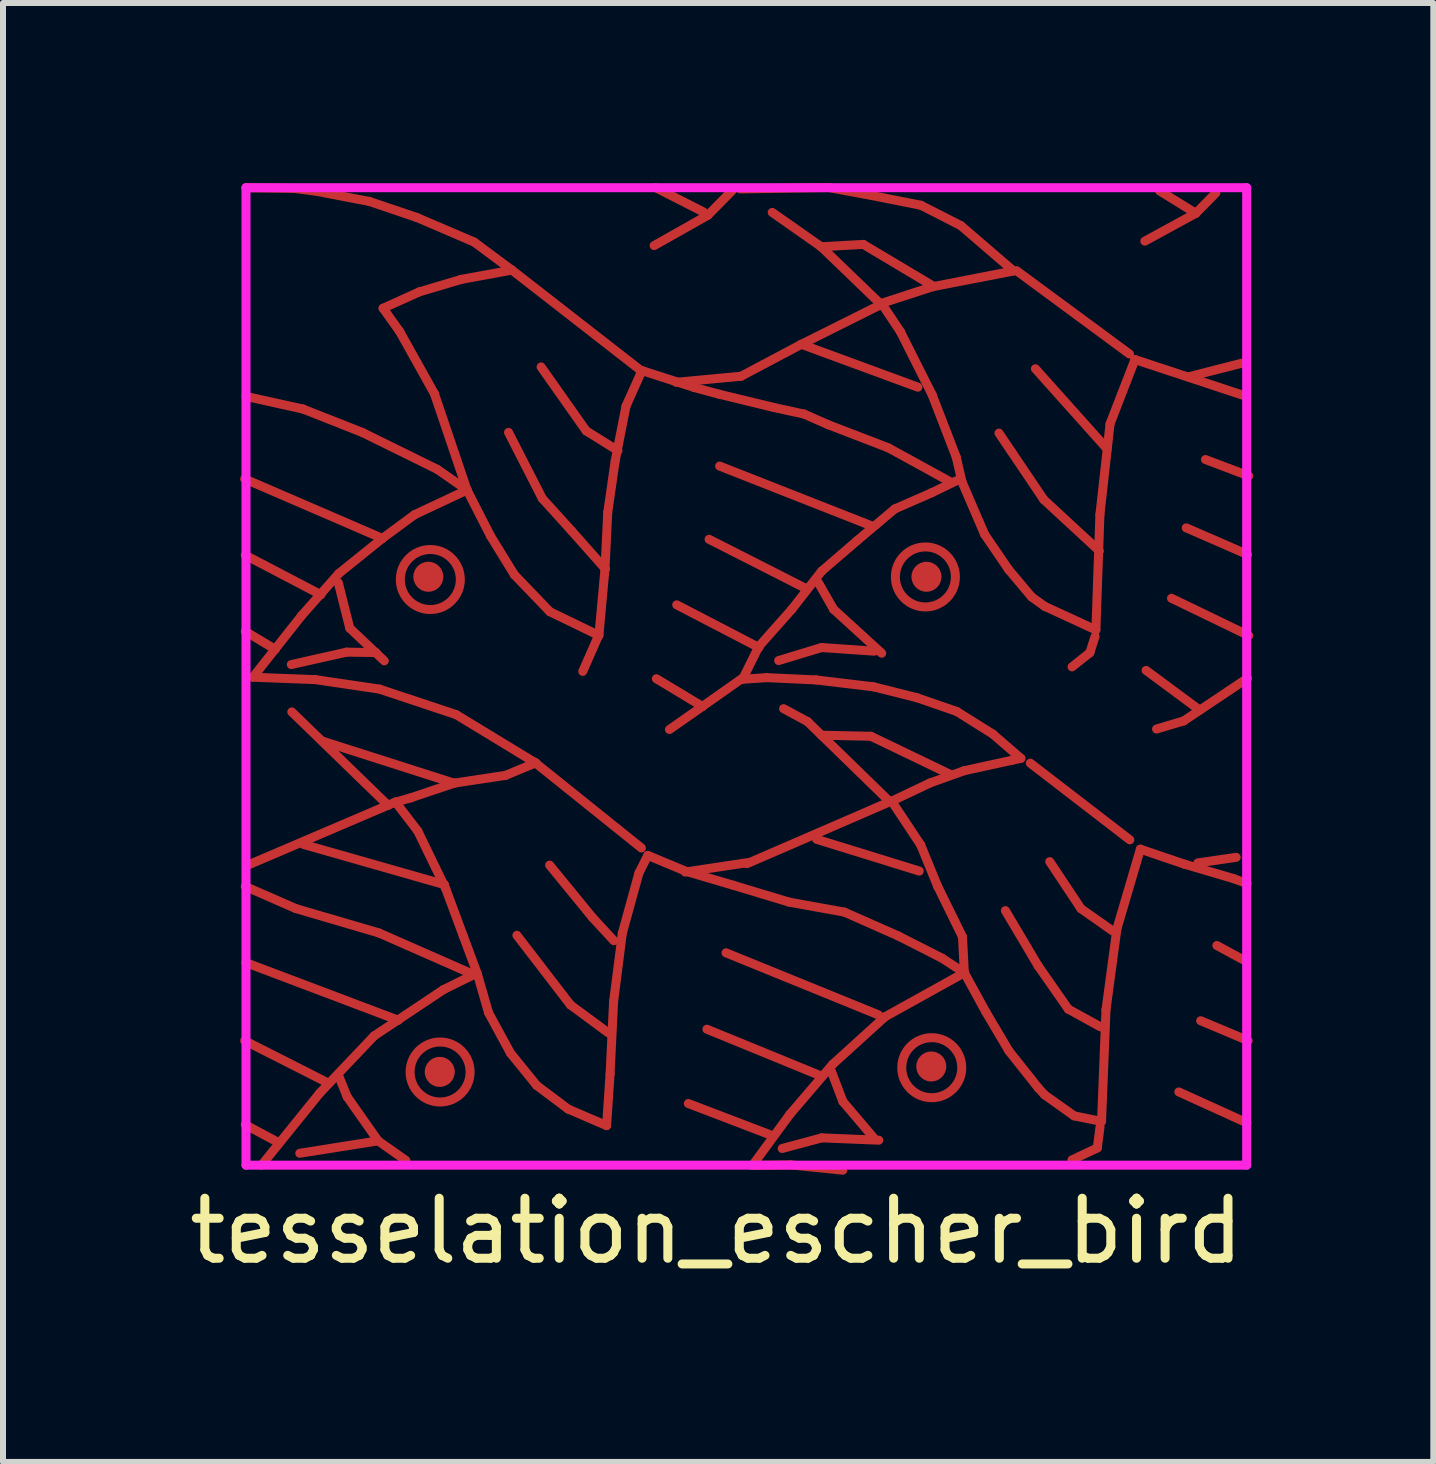
<source format=kicad_pcb>
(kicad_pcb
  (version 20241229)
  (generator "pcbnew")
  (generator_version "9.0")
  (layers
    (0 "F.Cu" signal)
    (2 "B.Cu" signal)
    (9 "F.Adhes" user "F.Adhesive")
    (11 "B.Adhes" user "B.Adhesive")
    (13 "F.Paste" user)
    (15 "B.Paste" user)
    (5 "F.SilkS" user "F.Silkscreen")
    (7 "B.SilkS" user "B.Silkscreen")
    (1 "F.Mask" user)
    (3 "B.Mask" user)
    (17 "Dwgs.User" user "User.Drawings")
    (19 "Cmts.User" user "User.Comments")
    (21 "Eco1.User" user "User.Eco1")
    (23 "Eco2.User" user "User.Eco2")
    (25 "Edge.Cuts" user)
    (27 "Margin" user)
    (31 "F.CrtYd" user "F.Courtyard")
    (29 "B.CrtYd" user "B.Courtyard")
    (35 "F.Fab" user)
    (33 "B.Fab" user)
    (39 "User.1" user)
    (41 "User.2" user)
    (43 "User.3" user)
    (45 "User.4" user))
  (footprint "tesselation_escher_bird"
    (layer "F.Cu")
    (at 8.887 8.06)
    (property "Reference" "tesselation_escher_bird" (at 0 9.4 0) (layer "F.SilkS") (effects (font (size 1 1) (thickness 0.15))))
    (attr through_hole)
    (fp_line (start -7.86 -3.13) (end -5.566 -2.139) (stroke (width 0.15) (type solid)) (layer "F.Cu"))
    (fp_line (start -7.85 -1.86) (end -6.59 -1.2) (stroke (width 0.15) (type solid)) (layer "F.Cu"))
    (fp_line (start -7.85 -0.59) (end -7.35 -0.29) (stroke (width 0.15) (type solid)) (layer "F.Cu"))
    (fp_line (start -7.838 -4.505) (end -6.89 -4.295) (stroke (width 0.15) (type solid)) (layer "F.Cu"))
    (fp_line (start -7.723 0.174) (end -6.683 0.214) (stroke (width 0.15) (type solid)) (layer "F.Cu"))
    (fp_line (start -7.579 8.304) (end -6.61 7.104) (stroke (width 0.15) (type solid)) (layer "F.Cu"))
    (fp_line (start -7.328 7.911) (end -7.85 7.63) (stroke (width 0.15) (type solid)) (layer "F.Cu"))
    (fp_line (start -7.083 -0.037) (end -6.163 -0.244) (stroke (width 0.15) (type solid)) (layer "F.Cu"))
    (fp_line (start -7.075 0.752) (end -5.47 2.31) (stroke (width 0.15) (type solid)) (layer "F.Cu"))
    (fp_line (start -7.04 -7.971) (end -7.838 -7.982) (stroke (width 0.15) (type solid)) (layer "F.Cu"))
    (fp_line (start -7.01 4.028) (end -7.85 3.66) (stroke (width 0.15) (type solid)) (layer "F.Cu"))
    (fp_line (start -6.942 8.106) (end -5.637 7.899) (stroke (width 0.15) (type solid)) (layer "F.Cu"))
    (fp_line (start -6.912 -0.852) (end -7.723 0.174) (stroke (width 0.15) (type solid)) (layer "F.Cu"))
    (fp_line (start -6.89 -4.295) (end -5.899 -3.904) (stroke (width 0.15) (type solid)) (layer "F.Cu"))
    (fp_line (start -6.88 2.96) (end -4.53 3.63) (stroke (width 0.15) (type solid)) (layer "F.Cu"))
    (fp_line (start -6.683 0.214) (end -5.613 0.372) (stroke (width 0.15) (type solid)) (layer "F.Cu"))
    (fp_line (start -6.653 -7.921) (end -7.04 -7.971) (stroke (width 0.15) (type solid)) (layer "F.Cu"))
    (fp_line (start -6.61 7.104) (end -5.703 6.15) (stroke (width 0.15) (type solid)) (layer "F.Cu"))
    (fp_line (start -6.56 1.24) (end -4.37 1.94) (stroke (width 0.15) (type solid)) (layer "F.Cu"))
    (fp_line (start -6.46 6.94) (end -7.86 6.23) (stroke (width 0.15) (type solid)) (layer "F.Cu"))
    (fp_line (start -6.3 -1.4) (end -6.109 -0.643) (stroke (width 0.15) (type solid)) (layer "F.Cu"))
    (fp_line (start -6.292 -1.554) (end -6.912 -0.852) (stroke (width 0.15) (type solid)) (layer "F.Cu"))
    (fp_line (start -6.163 -0.244) (end -5.672 -0.237) (stroke (width 0.15) (type solid)) (layer "F.Cu"))
    (fp_line (start -6.153 7.164) (end -6.3 6.8) (stroke (width 0.15) (type solid)) (layer "F.Cu"))
    (fp_line (start -6.109 -0.643) (end -5.534 -0.099) (stroke (width 0.15) (type solid)) (layer "F.Cu"))
    (fp_line (start -5.899 -3.904) (end -4.652 -3.29) (stroke (width 0.15) (type solid)) (layer "F.Cu"))
    (fp_line (start -5.781 -7.753) (end -6.653 -7.921) (stroke (width 0.15) (type solid)) (layer "F.Cu"))
    (fp_line (start -5.703 6.15) (end -4.547 5.379) (stroke (width 0.15) (type solid)) (layer "F.Cu"))
    (fp_line (start -5.637 7.899) (end -6.153 7.164) (stroke (width 0.15) (type solid)) (layer "F.Cu"))
    (fp_line (start -5.623 4.435) (end -7.01 4.028) (stroke (width 0.15) (type solid)) (layer "F.Cu"))
    (fp_line (start -5.613 0.372) (end -4.335 0.798) (stroke (width 0.15) (type solid)) (layer "F.Cu"))
    (fp_line (start -5.566 -2.139) (end -6.292 -1.554) (stroke (width 0.15) (type solid)) (layer "F.Cu"))
    (fp_line (start -5.554 -5.974) (end -4.95 -6.247) (stroke (width 0.15) (type solid)) (layer "F.Cu"))
    (fp_line (start -5.345 2.255) (end -4.976 2.737) (stroke (width 0.15) (type solid)) (layer "F.Cu"))
    (fp_line (start -5.34 2.25) (end -7.82 3.31) (stroke (width 0.15) (type solid)) (layer "F.Cu"))
    (fp_line (start -5.3 5.89) (end -7.84 4.93) (stroke (width 0.15) (type solid)) (layer "F.Cu"))
    (fp_line (start -5.276 -5.584) (end -5.554 -5.974) (stroke (width 0.15) (type solid)) (layer "F.Cu"))
    (fp_line (start -5.175 8.225) (end -5.637 7.899) (stroke (width 0.15) (type solid)) (layer "F.Cu"))
    (fp_line (start -5.098 2.185) (end -5.345 2.255) (stroke (width 0.15) (type solid)) (layer "F.Cu"))
    (fp_line (start -5.027 -2.536) (end -5.566 -2.139) (stroke (width 0.15) (type solid)) (layer "F.Cu"))
    (fp_line (start -4.991 -7.486) (end -5.781 -7.753) (stroke (width 0.15) (type solid)) (layer "F.Cu"))
    (fp_line (start -4.976 2.737) (end -4.51 3.698) (stroke (width 0.15) (type solid)) (layer "F.Cu"))
    (fp_line (start -4.95 -6.247) (end -4.25 -6.455) (stroke (width 0.15) (type solid)) (layer "F.Cu"))
    (fp_line (start -4.699 -4.551) (end -5.279 -5.589) (stroke (width 0.15) (type solid)) (layer "F.Cu"))
    (fp_line (start -4.652 -3.29) (end -4.155 -2.945) (stroke (width 0.15) (type solid)) (layer "F.Cu"))
    (fp_line (start -4.547 5.379) (end -4.043 5.13) (stroke (width 0.15) (type solid)) (layer "F.Cu"))
    (fp_line (start -4.51 3.698) (end -4.218 4.485) (stroke (width 0.15) (type solid)) (layer "F.Cu"))
    (fp_line (start -4.365 1.938) (end -5.098 2.185) (stroke (width 0.15) (type solid)) (layer "F.Cu"))
    (fp_line (start -4.335 0.798) (end -3 1.61) (stroke (width 0.15) (type solid)) (layer "F.Cu"))
    (fp_line (start -4.25 -6.455) (end -3.408 -6.609) (stroke (width 0.15) (type solid)) (layer "F.Cu"))
    (fp_line (start -4.218 4.485) (end -3.985 5.111) (stroke (width 0.15) (type solid)) (layer "F.Cu"))
    (fp_line (start -4.155 -2.945) (end -5.027 -2.536) (stroke (width 0.15) (type solid)) (layer "F.Cu"))
    (fp_line (start -4.155 -2.945) (end -4.699 -4.551) (stroke (width 0.15) (type solid)) (layer "F.Cu"))
    (fp_line (start -4.043 5.13) (end -5.623 4.435) (stroke (width 0.15) (type solid)) (layer "F.Cu"))
    (fp_line (start -4.037 -7.077) (end -4.991 -7.486) (stroke (width 0.15) (type solid)) (layer "F.Cu"))
    (fp_line (start -3.985 5.111) (end -3.796 5.766) (stroke (width 0.15) (type solid)) (layer "F.Cu"))
    (fp_line (start -3.796 5.766) (end -3.432 6.436) (stroke (width 0.15) (type solid)) (layer "F.Cu"))
    (fp_line (start -3.764 -2.18) (end -4.155 -2.945) (stroke (width 0.15) (type solid)) (layer "F.Cu"))
    (fp_line (start -3.512 1.809) (end -4.365 1.938) (stroke (width 0.15) (type solid)) (layer "F.Cu"))
    (fp_line (start -3.464 -3.905) (end -2.901 -2.804) (stroke (width 0.15) (type solid)) (layer "F.Cu"))
    (fp_line (start -3.432 6.436) (end -2.995 6.975) (stroke (width 0.15) (type solid)) (layer "F.Cu"))
    (fp_line (start -3.42 -6.62) (end -1.25 -4.93) (stroke (width 0.15) (type solid)) (layer "F.Cu"))
    (fp_line (start -3.408 -6.609) (end -4.037 -7.077) (stroke (width 0.15) (type solid)) (layer "F.Cu"))
    (fp_line (start -3.367 -1.534) (end -3.764 -2.18) (stroke (width 0.15) (type solid)) (layer "F.Cu"))
    (fp_line (start -3.324 4.474) (end -2.432 5.634) (stroke (width 0.15) (type solid)) (layer "F.Cu"))
    (fp_line (start -3.03 1.59) (end -1.25 3.019) (stroke (width 0.15) (type solid)) (layer "F.Cu"))
    (fp_line (start -3.01 1.6) (end -3.512 1.809) (stroke (width 0.15) (type solid)) (layer "F.Cu"))
    (fp_line (start -2.995 6.975) (end -2.471 7.369) (stroke (width 0.15) (type solid)) (layer "F.Cu"))
    (fp_line (start -2.921 -4.996) (end -2.17 -3.931) (stroke (width 0.15) (type solid)) (layer "F.Cu"))
    (fp_line (start -2.901 -2.804) (end -2.414 -2.266) (stroke (width 0.15) (type solid)) (layer "F.Cu"))
    (fp_line (start -2.779 3.305) (end -2.066 4.177) (stroke (width 0.15) (type solid)) (layer "F.Cu"))
    (fp_line (start -2.774 -0.917) (end -3.367 -1.534) (stroke (width 0.15) (type solid)) (layer "F.Cu"))
    (fp_line (start -2.471 7.369) (end -1.83 7.645) (stroke (width 0.15) (type solid)) (layer "F.Cu"))
    (fp_line (start -2.432 5.634) (end -1.8 6.1) (stroke (width 0.15) (type solid)) (layer "F.Cu"))
    (fp_line (start -2.414 -2.266) (end -1.85 -1.63) (stroke (width 0.15) (type solid)) (layer "F.Cu"))
    (fp_line (start -2.227 0.077) (end -1.96 -0.53) (stroke (width 0.15) (type solid)) (layer "F.Cu"))
    (fp_line (start -2.17 -3.931) (end -1.64 -3.6) (stroke (width 0.15) (type solid)) (layer "F.Cu"))
    (fp_line (start -2.066 4.177) (end -1.709 4.564) (stroke (width 0.15) (type solid)) (layer "F.Cu"))
    (fp_line (start -1.958 -0.522) (end -2.774 -0.917) (stroke (width 0.15) (type solid)) (layer "F.Cu"))
    (fp_line (start -1.856 -1.637) (end -1.958 -0.522) (stroke (width 0.15) (type solid)) (layer "F.Cu"))
    (fp_line (start -1.83 7.645) (end -1.772 6.786) (stroke (width 0.15) (type solid)) (layer "F.Cu"))
    (fp_line (start -1.811 -2.572) (end -1.856 -1.637) (stroke (width 0.15) (type solid)) (layer "F.Cu"))
    (fp_line (start -1.772 6.786) (end -1.713 5.577) (stroke (width 0.15) (type solid)) (layer "F.Cu"))
    (fp_line (start -1.713 5.577) (end -1.568 4.441) (stroke (width 0.15) (type solid)) (layer "F.Cu"))
    (fp_line (start -1.687 -3.429) (end -1.811 -2.572) (stroke (width 0.15) (type solid)) (layer "F.Cu"))
    (fp_line (start -1.568 4.441) (end -1.291 3.436) (stroke (width 0.15) (type solid)) (layer "F.Cu"))
    (fp_line (start -1.507 -4.341) (end -1.687 -3.429) (stroke (width 0.15) (type solid)) (layer "F.Cu"))
    (fp_line (start -1.291 3.436) (end -1.143 3.143) (stroke (width 0.15) (type solid)) (layer "F.Cu"))
    (fp_line (start -1.241 -4.935) (end -1.507 -4.341) (stroke (width 0.15) (type solid)) (layer "F.Cu"))
    (fp_line (start -1.143 3.143) (end -0.505 3.409) (stroke (width 0.15) (type solid)) (layer "F.Cu"))
    (fp_line (start -0.505 3.409) (end 0.276 3.639) (stroke (width 0.15) (type solid)) (layer "F.Cu"))
    (fp_line (start -0.371 -4.654) (end -1.241 -4.935) (stroke (width 0.15) (type solid)) (layer "F.Cu"))
    (fp_line (start -0.234 0.661) (end -1 0.199) (stroke (width 0.15) (type solid)) (layer "F.Cu"))
    (fp_line (start -0.234 0.661) (end -0.782 1.045) (stroke (width 0.15) (type solid)) (layer "F.Cu"))
    (fp_line (start -0.216 -7.578) (end -1.011 -7.982) (stroke (width 0.15) (type solid)) (layer "F.Cu"))
    (fp_line (start -0.142 -7.524) (end -1.038 -7.018) (stroke (width 0.15) (type solid)) (layer "F.Cu"))
    (fp_line (start 0.048 -4.541) (end -0.371 -4.654) (stroke (width 0.15) (type solid)) (layer "F.Cu"))
    (fp_line (start 0.269 -7.942) (end -0.142 -7.524) (stroke (width 0.15) (type solid)) (layer "F.Cu"))
    (fp_line (start 0.276 3.639) (end 1.211 3.921) (stroke (width 0.15) (type solid)) (layer "F.Cu"))
    (fp_line (start 0.411 -4.841) (end -0.67 -4.74) (stroke (width 0.15) (type solid)) (layer "F.Cu"))
    (fp_line (start 0.42 0.2) (end -0.234 0.661) (stroke (width 0.15) (type solid)) (layer "F.Cu"))
    (fp_line (start 0.436 0.208) (end 0.705 -0.336) (stroke (width 0.15) (type solid)) (layer "F.Cu"))
    (fp_line (start 0.536 3.261) (end -0.52 3.42) (stroke (width 0.15) (type solid)) (layer "F.Cu"))
    (fp_line (start 0.6 8.309) (end 1.234 8.299) (stroke (width 0.15) (type solid)) (layer "F.Cu"))
    (fp_line (start 0.705 -0.336) (end 1.256 -0.957) (stroke (width 0.15) (type solid)) (layer "F.Cu"))
    (fp_line (start 0.71 -0.32) (end -0.661 -1.032) (stroke (width 0.15) (type solid)) (layer "F.Cu"))
    (fp_line (start 0.84 0.181) (end 0.436 0.208) (stroke (width 0.15) (type solid)) (layer "F.Cu"))
    (fp_line (start 0.9 7.8) (end -0.468 7.277) (stroke (width 0.15) (type solid)) (layer "F.Cu"))
    (fp_line (start 0.93 -7.571) (end 1.746 -6.998) (stroke (width 0.15) (type solid)) (layer "F.Cu"))
    (fp_line (start 0.96 -4.32) (end 0.048 -4.541) (stroke (width 0.15) (type solid)) (layer "F.Cu"))
    (fp_line (start 1.037 -0.104) (end 1.752 -0.321) (stroke (width 0.15) (type solid)) (layer "F.Cu"))
    (fp_line (start 1.096 8.026) (end 1.755 7.849) (stroke (width 0.15) (type solid)) (layer "F.Cu"))
    (fp_line (start 1.211 3.921) (end 2.133 4.088) (stroke (width 0.15) (type solid)) (layer "F.Cu"))
    (fp_line (start 1.224 7.457) (end 0.6 8.309) (stroke (width 0.15) (type solid)) (layer "F.Cu"))
    (fp_line (start 1.234 8.299) (end 2.106 8.388) (stroke (width 0.15) (type solid)) (layer "F.Cu"))
    (fp_line (start 1.256 -0.957) (end 1.752 -1.592) (stroke (width 0.15) (type solid)) (layer "F.Cu"))
    (fp_line (start 1.415 -5.373) (end 0.411 -4.841) (stroke (width 0.15) (type solid)) (layer "F.Cu"))
    (fp_line (start 1.415 -5.373) (end 3.357 -4.659) (stroke (width 0.15) (type solid)) (layer "F.Cu"))
    (fp_line (start 1.46 -4.211) (end 0.96 -4.32) (stroke (width 0.15) (type solid)) (layer "F.Cu"))
    (fp_line (start 1.5 -1.3) (end -0.122 -2.124) (stroke (width 0.15) (type solid)) (layer "F.Cu"))
    (fp_line (start 1.517 0.913) (end 1.119 0.698) (stroke (width 0.15) (type solid)) (layer "F.Cu"))
    (fp_line (start 1.659 0.219) (end 0.84 0.181) (stroke (width 0.15) (type solid)) (layer "F.Cu"))
    (fp_line (start 1.67 2.875) (end 3.38 3.404) (stroke (width 0.15) (type solid)) (layer "F.Cu"))
    (fp_line (start 1.7 -1.4) (end 1.952 -0.958) (stroke (width 0.15) (type solid)) (layer "F.Cu"))
    (fp_line (start 1.7 6.8) (end -0.158 6.039) (stroke (width 0.15) (type solid)) (layer "F.Cu"))
    (fp_line (start 1.746 -6.998) (end 2.447 -7.038) (stroke (width 0.15) (type solid)) (layer "F.Cu"))
    (fp_line (start 1.746 -6.998) (end 2.75 -6.03) (stroke (width 0.15) (type solid)) (layer "F.Cu"))
    (fp_line (start 1.75 1.14) (end 2.575 1.158) (stroke (width 0.15) (type solid)) (layer "F.Cu"))
    (fp_line (start 1.752 -0.321) (end 2.632 -0.26) (stroke (width 0.15) (type solid)) (layer "F.Cu"))
    (fp_line (start 1.752 -1.592) (end 2.339 -2.097) (stroke (width 0.15) (type solid)) (layer "F.Cu"))
    (fp_line (start 1.755 7.849) (end 2.705 7.888) (stroke (width 0.15) (type solid)) (layer "F.Cu"))
    (fp_line (start 1.867 -4.032) (end 1.46 -4.211) (stroke (width 0.15) (type solid)) (layer "F.Cu"))
    (fp_line (start 1.87 -7.985) (end 0.398 -7.962) (stroke (width 0.15) (type solid)) (layer "F.Cu"))
    (fp_line (start 1.937 6.624) (end 1.224 7.457) (stroke (width 0.15) (type solid)) (layer "F.Cu"))
    (fp_line (start 1.952 -0.958) (end 2.754 -0.226) (stroke (width 0.15) (type solid)) (layer "F.Cu"))
    (fp_line (start 2.107 7.244) (end 1.9 6.7) (stroke (width 0.15) (type solid)) (layer "F.Cu"))
    (fp_line (start 2.133 4.088) (end 3.03 4.485) (stroke (width 0.15) (type solid)) (layer "F.Cu"))
    (fp_line (start 2.339 -2.097) (end 2.972 -2.63) (stroke (width 0.15) (type solid)) (layer "F.Cu"))
    (fp_line (start 2.447 -7.038) (end 3.6 -6.35) (stroke (width 0.15) (type solid)) (layer "F.Cu"))
    (fp_line (start 2.575 1.158) (end 3.91 1.8) (stroke (width 0.15) (type solid)) (layer "F.Cu"))
    (fp_line (start 2.58 -2.35) (end 0.054 -3.344) (stroke (width 0.15) (type solid)) (layer "F.Cu"))
    (fp_line (start 2.595 -7.851) (end 1.87 -7.985) (stroke (width 0.15) (type solid)) (layer "F.Cu"))
    (fp_line (start 2.62 0.334) (end 1.659 0.219) (stroke (width 0.15) (type solid)) (layer "F.Cu"))
    (fp_line (start 2.621 7.849) (end 2.107 7.244) (stroke (width 0.15) (type solid)) (layer "F.Cu"))
    (fp_line (start 2.7 5.8) (end 0.16 4.766) (stroke (width 0.15) (type solid)) (layer "F.Cu"))
    (fp_line (start 2.751 -6.056) (end 3.603 -6.333) (stroke (width 0.15) (type solid)) (layer "F.Cu"))
    (fp_line (start 2.77 -6.05) (end 1.415 -5.373) (stroke (width 0.15) (type solid)) (layer "F.Cu"))
    (fp_line (start 2.809 5.832) (end 1.937 6.624) (stroke (width 0.15) (type solid)) (layer "F.Cu"))
    (fp_line (start 2.865 -3.648) (end 1.867 -4.032) (stroke (width 0.15) (type solid)) (layer "F.Cu"))
    (fp_line (start 2.88 2.24) (end 1.517 0.913) (stroke (width 0.15) (type solid)) (layer "F.Cu"))
    (fp_line (start 2.91 2.24) (end 0.51 3.28) (stroke (width 0.15) (type solid)) (layer "F.Cu"))
    (fp_line (start 2.92 2.239) (end 3.559 1.936) (stroke (width 0.15) (type solid)) (layer "F.Cu"))
    (fp_line (start 2.972 -2.63) (end 3.586 -2.899) (stroke (width 0.15) (type solid)) (layer "F.Cu"))
    (fp_line (start 3.03 4.485) (end 3.76 4.856) (stroke (width 0.15) (type solid)) (layer "F.Cu"))
    (fp_line (start 3.066 -5.583) (end 2.751 -6.056) (stroke (width 0.15) (type solid)) (layer "F.Cu"))
    (fp_line (start 3.066 -5.583) (end 3.594 -4.534) (stroke (width 0.15) (type solid)) (layer "F.Cu"))
    (fp_line (start 3.337 0.514) (end 2.62 0.334) (stroke (width 0.15) (type solid)) (layer "F.Cu"))
    (fp_line (start 3.403 2.967) (end 2.92 2.239) (stroke (width 0.15) (type solid)) (layer "F.Cu"))
    (fp_line (start 3.407 -7.69) (end 2.595 -7.851) (stroke (width 0.15) (type solid)) (layer "F.Cu"))
    (fp_line (start 3.559 1.936) (end 4.127 1.732) (stroke (width 0.15) (type solid)) (layer "F.Cu"))
    (fp_line (start 3.586 -2.899) (end 4 -3.1) (stroke (width 0.15) (type solid)) (layer "F.Cu"))
    (fp_line (start 3.594 -4.534) (end 3.997 -3.49) (stroke (width 0.15) (type solid)) (layer "F.Cu"))
    (fp_line (start 3.603 -6.333) (end 4.951 -6.595) (stroke (width 0.15) (type solid)) (layer "F.Cu"))
    (fp_line (start 3.686 3.657) (end 3.403 2.967) (stroke (width 0.15) (type solid)) (layer "F.Cu"))
    (fp_line (start 3.76 4.856) (end 4.131 5.098) (stroke (width 0.15) (type solid)) (layer "F.Cu"))
    (fp_line (start 3.909 -3.075) (end 2.865 -3.648) (stroke (width 0.15) (type solid)) (layer "F.Cu"))
    (fp_line (start 3.997 -3.49) (end 4.092 -3.081) (stroke (width 0.15) (type solid)) (layer "F.Cu"))
    (fp_line (start 4.003 0.744) (end 3.337 0.514) (stroke (width 0.15) (type solid)) (layer "F.Cu"))
    (fp_line (start 4.072 -7.351) (end 3.407 -7.69) (stroke (width 0.15) (type solid)) (layer "F.Cu"))
    (fp_line (start 4.092 -3.081) (end 4.469 -2.206) (stroke (width 0.15) (type solid)) (layer "F.Cu"))
    (fp_line (start 4.1 4.5) (end 3.686 3.657) (stroke (width 0.15) (type solid)) (layer "F.Cu"))
    (fp_line (start 4.127 1.732) (end 4.928 1.557) (stroke (width 0.15) (type solid)) (layer "F.Cu"))
    (fp_line (start 4.131 5.098) (end 2.809 5.832) (stroke (width 0.15) (type solid)) (layer "F.Cu"))
    (fp_line (start 4.131 5.098) (end 4.1 4.5) (stroke (width 0.15) (type solid)) (layer "F.Cu"))
    (fp_line (start 4.131 5.098) (end 4.489 5.751) (stroke (width 0.15) (type solid)) (layer "F.Cu"))
    (fp_line (start 4.469 -2.206) (end 4.868 -1.621) (stroke (width 0.15) (type solid)) (layer "F.Cu"))
    (fp_line (start 4.489 5.751) (end 4.875 6.403) (stroke (width 0.15) (type solid)) (layer "F.Cu"))
    (fp_line (start 4.604 1.12) (end 4.003 0.744) (stroke (width 0.15) (type solid)) (layer "F.Cu"))
    (fp_line (start 4.708 -3.893) (end 5.455 -2.785) (stroke (width 0.15) (type solid)) (layer "F.Cu"))
    (fp_line (start 4.868 -1.621) (end 5.251 -1.165) (stroke (width 0.15) (type solid)) (layer "F.Cu"))
    (fp_line (start 4.875 6.403) (end 5.36 7.013) (stroke (width 0.15) (type solid)) (layer "F.Cu"))
    (fp_line (start 4.928 1.557) (end 5.073 1.526) (stroke (width 0.15) (type solid)) (layer "F.Cu"))
    (fp_line (start 4.951 -6.595) (end 4.072 -7.351) (stroke (width 0.15) (type solid)) (layer "F.Cu"))
    (fp_line (start 5 -6.6) (end 6.882 -5.212) (stroke (width 0.15) (type solid)) (layer "F.Cu"))
    (fp_line (start 5.073 1.526) (end 4.604 1.12) (stroke (width 0.15) (type solid)) (layer "F.Cu"))
    (fp_line (start 5.251 -1.165) (end 5.469 -1.008) (stroke (width 0.15) (type solid)) (layer "F.Cu"))
    (fp_line (start 5.36 7.013) (end 5.469 7.133) (stroke (width 0.15) (type solid)) (layer "F.Cu"))
    (fp_line (start 5.36 4.982) (end 4.815 4.063) (stroke (width 0.15) (type solid)) (layer "F.Cu"))
    (fp_line (start 5.455 -2.785) (end 6.38 -1.93) (stroke (width 0.15) (type solid)) (layer "F.Cu"))
    (fp_line (start 5.469 7.133) (end 5.961 7.483) (stroke (width 0.15) (type solid)) (layer "F.Cu"))
    (fp_line (start 5.864 5.705) (end 5.36 4.982) (stroke (width 0.15) (type solid)) (layer "F.Cu"))
    (fp_line (start 5.924 8.217) (end 6.346 8.018) (stroke (width 0.15) (type solid)) (layer "F.Cu"))
    (fp_line (start 5.926 0.001) (end 6.222 -0.234) (stroke (width 0.15) (type solid)) (layer "F.Cu"))
    (fp_line (start 5.961 7.483) (end 6.417 7.575) (stroke (width 0.15) (type solid)) (layer "F.Cu"))
    (fp_line (start 6.074 4.03) (end 5.554 3.247) (stroke (width 0.15) (type solid)) (layer "F.Cu"))
    (fp_line (start 6.222 -0.234) (end 6.309 -0.504) (stroke (width 0.15) (type solid)) (layer "F.Cu"))
    (fp_line (start 6.323 -0.614) (end 5.469 -1.008) (stroke (width 0.15) (type solid)) (layer "F.Cu"))
    (fp_line (start 6.346 8.018) (end 6.392 7.665) (stroke (width 0.15) (type solid)) (layer "F.Cu"))
    (fp_line (start 6.39 -2.538) (end 6.323 -0.614) (stroke (width 0.15) (type solid)) (layer "F.Cu"))
    (fp_line (start 6.4 6) (end 5.864 5.705) (stroke (width 0.15) (type solid)) (layer "F.Cu"))
    (fp_line (start 6.417 7.575) (end 6.491 5.716) (stroke (width 0.15) (type solid)) (layer "F.Cu"))
    (fp_line (start 6.491 5.716) (end 6.673 4.367) (stroke (width 0.15) (type solid)) (layer "F.Cu"))
    (fp_line (start 6.51 -3.63) (end 5.315 -4.966) (stroke (width 0.15) (type solid)) (layer "F.Cu"))
    (fp_line (start 6.559 -4.048) (end 6.39 -2.538) (stroke (width 0.15) (type solid)) (layer "F.Cu"))
    (fp_line (start 6.6 4.4) (end 6.074 4.03) (stroke (width 0.15) (type solid)) (layer "F.Cu"))
    (fp_line (start 6.673 4.367) (end 7.064 3.039) (stroke (width 0.15) (type solid)) (layer "F.Cu"))
    (fp_line (start 6.888 2.883) (end 5.23 1.606) (stroke (width 0.15) (type solid)) (layer "F.Cu"))
    (fp_line (start 6.974 -5.119) (end 6.559 -4.048) (stroke (width 0.15) (type solid)) (layer "F.Cu"))
    (fp_line (start 7.064 3.039) (end 7.799 3.289) (stroke (width 0.15) (type solid)) (layer "F.Cu"))
    (fp_line (start 7.334 1.037) (end 7.786 0.902) (stroke (width 0.15) (type solid)) (layer "F.Cu"))
    (fp_line (start 7.786 0.902) (end 8.85 0.19) (stroke (width 0.15) (type solid)) (layer "F.Cu"))
    (fp_line (start 7.799 3.289) (end 8.621 3.531) (stroke (width 0.15) (type solid)) (layer "F.Cu"))
    (fp_line (start 7.988 -7.556) (end 7.138 -7.092) (stroke (width 0.15) (type solid)) (layer "F.Cu"))
    (fp_line (start 7.988 -7.556) (end 7.387 -7.928) (stroke (width 0.15) (type solid)) (layer "F.Cu"))
    (fp_line (start 8.05 0.72) (end 7.159 0.06) (stroke (width 0.15) (type solid)) (layer "F.Cu"))
    (fp_line (start 8.322 -7.895) (end 7.988 -7.556) (stroke (width 0.15) (type solid)) (layer "F.Cu"))
    (fp_line (start 8.621 3.531) (end 8.844 3.612) (stroke (width 0.15) (type solid)) (layer "F.Cu"))
    (fp_line (start 8.66 3.175) (end 8.022 3.268) (stroke (width 0.15) (type solid)) (layer "F.Cu"))
    (fp_line (start 8.752 -5.058) (end 7.86 -4.83) (stroke (width 0.15) (type solid)) (layer "F.Cu"))
    (fp_line (start 8.829 -4.506) (end 6.974 -5.119) (stroke (width 0.15) (type solid)) (layer "F.Cu"))
    (fp_line (start 8.83 4.91) (end 8.338 4.644) (stroke (width 0.15) (type solid)) (layer "F.Cu"))
    (fp_line (start 8.84 7.6) (end 7.705 7.084) (stroke (width 0.15) (type solid)) (layer "F.Cu"))
    (fp_line (start 8.85 -1.87) (end 7.828 -2.315) (stroke (width 0.15) (type solid)) (layer "F.Cu"))
    (fp_line (start 8.86 6.23) (end 8.069 5.898) (stroke (width 0.15) (type solid)) (layer "F.Cu"))
    (fp_line (start 8.87 -3.18) (end 8.149 -3.453) (stroke (width 0.15) (type solid)) (layer "F.Cu"))
    (fp_line (start 8.87 -0.52) (end 7.583 -1.141) (stroke (width 0.15) (type solid)) (layer "F.Cu"))
    (fp_circle (center -4.767 -1.454) (end -4.267 -1.454) (stroke (width 0.15) (type solid)) (fill no) (layer "F.Cu"))
    (fp_circle (center -4.604 6.752) (end -4.104 6.752) (stroke (width 0.15) (type solid)) (fill no) (layer "F.Cu"))
    (fp_circle (center 3.482 -1.497) (end 3.982 -1.497) (stroke (width 0.15) (type solid)) (fill no) (layer "F.Cu"))
    (fp_circle (center 3.588 6.68) (end 4.088 6.68) (stroke (width 0.15) (type solid)) (fill no) (layer "F.Cu"))
    (fp_line (start -7.838 -7.982) (end 8.835 -7.982) (stroke (width 0.15) (type solid)) (layer "F.CrtYd"))
    (fp_line (start -7.838 8.304) (end -7.838 -7.982) (stroke (width 0.15) (type solid)) (layer "F.CrtYd"))
    (fp_line (start 8.835 -7.982) (end 8.835 8.304) (stroke (width 0.15) (type solid)) (layer "F.CrtYd"))
    (fp_line (start 8.835 8.304) (end -7.838 8.304) (stroke (width 0.15) (type solid)) (layer "F.CrtYd"))
    (pad "1" smd circle (at -4.8 -1.5) (size 0.5 0.5) (layers "F.Cu" "F.Mask" "F.Paste"))
    (pad "1" smd circle (at -4.61 6.75) (size 0.5 0.5) (layers "F.Cu" "F.Mask" "F.Paste"))
    (pad "1" smd circle (at 3.5 -1.5) (size 0.5 0.5) (layers "F.Cu" "F.Mask" "F.Paste"))
    (pad "1" smd circle (at 3.58 6.66) (size 0.5 0.5) (layers "F.Cu" "F.Mask" "F.Paste")))
  (gr_rect
    (start -3 -3)
    (end 20.832 21.309)
    (stroke (width 0.1) (type default))
    (fill no)
    (layer "Edge.Cuts")))
</source>
